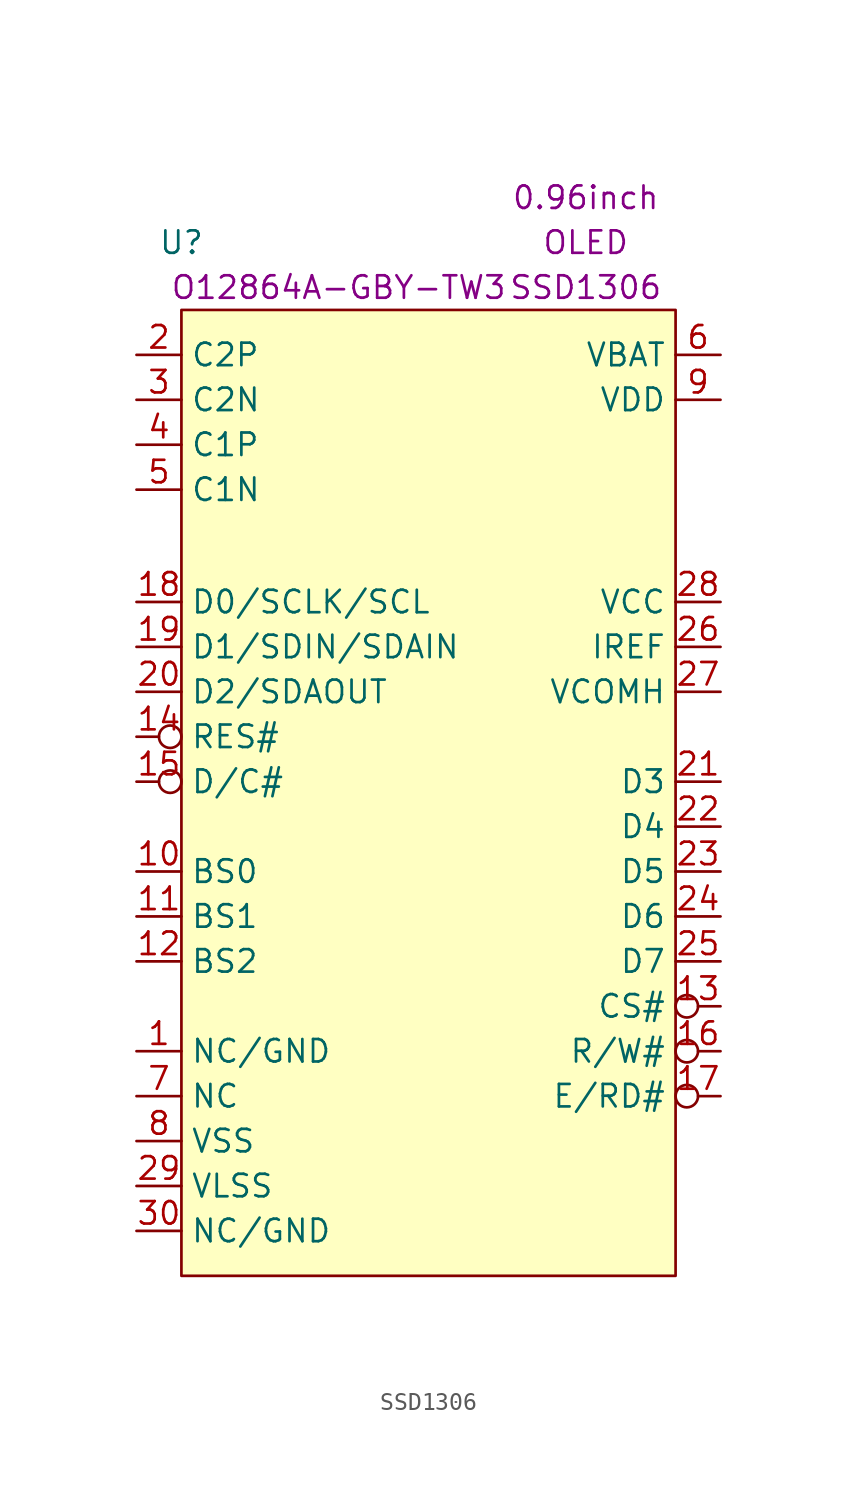
<source format=kicad_sym>
(kicad_symbol_lib
  (version 20211014)
  (generator kicad_symbol_editor)
  (symbol "SSD1306"
    (property "Reference" "U"
      (at 2.54 6.35 0)
      (effects (font (size 1.27 1.27))))
    (property "P/N" "O12864A-GBY-TW3"
      (at 11.43 3.81 0)
      (effects (font (size 1.27 1.27))))
    (property "Type" "OLED"
      (at 25.4 6.35 0)
      (effects (font (size 1.27 1.27))))
    (property "Diagnol Size" "0.96inch"
      (at 25.4 8.89 0)
      (effects (font (size 1.27 1.27))))
    (property "Driver" "SSD1306"
      (at 25.4 3.81 0)
      (effects (font (size 1.27 1.27))))
    (symbol "SSD1306_0_0"
      (pin passive line (at 0 -39.37 0) (length 2.54) (name "NC/GND" (effects (font (size 1.27 1.27)))) (number "1" (effects (font (size 1.27 1.27)))))
      (pin passive line (at 0 -29.21 0) (length 2.54) (name "BS0" (effects (font (size 1.27 1.27)))) (number "10" (effects (font (size 1.27 1.27)))))
      (pin passive line (at 0 -31.75 0) (length 2.54) (name "BS1" (effects (font (size 1.27 1.27)))) (number "11" (effects (font (size 1.27 1.27)))))
      (pin passive line (at 0 -34.29 0) (length 2.54) (name "BS2" (effects (font (size 1.27 1.27)))) (number "12" (effects (font (size 1.27 1.27)))))
      (pin passive inverted (at 33.02 -36.83 180) (length 2.54) (name "CS#" (effects (font (size 1.27 1.27)))) (number "13" (effects (font (size 1.27 1.27)))))
      (pin passive inverted (at 0 -21.59 0) (length 2.54) (name "RES#" (effects (font (size 1.27 1.27)))) (number "14" (effects (font (size 1.27 1.27)))))
      (pin passive inverted (at 0 -24.13 0) (length 2.54) (name "D/C#" (effects (font (size 1.27 1.27)))) (number "15" (effects (font (size 1.27 1.27)))))
      (pin passive inverted (at 33.02 -39.37 180) (length 2.54) (name "R/W#" (effects (font (size 1.27 1.27)))) (number "16" (effects (font (size 1.27 1.27)))))
      (pin passive inverted (at 33.02 -41.91 180) (length 2.54) (name "E/RD#" (effects (font (size 1.27 1.27)))) (number "17" (effects (font (size 1.27 1.27)))))
      (pin passive line (at 0 -13.97 0) (length 2.54) (name "D0/SCLK/SCL" (effects (font (size 1.27 1.27)))) (number "18" (effects (font (size 1.27 1.27)))))
      (pin passive line (at 0 -16.51 0) (length 2.54) (name "D1/SDIN/SDAIN" (effects (font (size 1.27 1.27)))) (number "19" (effects (font (size 1.27 1.27)))))
      (pin passive line (at 0 0 0) (length 2.54) (name "C2P" (effects (font (size 1.27 1.27)))) (number "2" (effects (font (size 1.27 1.27)))))
      (pin passive line (at 0 -19.05 0) (length 2.54) (name "D2/SDAOUT" (effects (font (size 1.27 1.27)))) (number "20" (effects (font (size 1.27 1.27)))))
      (pin passive line (at 33.02 -24.13 180) (length 2.54) (name "D3" (effects (font (size 1.27 1.27)))) (number "21" (effects (font (size 1.27 1.27)))))
      (pin passive line (at 33.02 -26.67 180) (length 2.54) (name "D4" (effects (font (size 1.27 1.27)))) (number "22" (effects (font (size 1.27 1.27)))))
      (pin passive line (at 33.02 -29.21 180) (length 2.54) (name "D5" (effects (font (size 1.27 1.27)))) (number "23" (effects (font (size 1.27 1.27)))))
      (pin passive line (at 33.02 -31.75 180) (length 2.54) (name "D6" (effects (font (size 1.27 1.27)))) (number "24" (effects (font (size 1.27 1.27)))))
      (pin passive line (at 33.02 -34.29 180) (length 2.54) (name "D7" (effects (font (size 1.27 1.27)))) (number "25" (effects (font (size 1.27 1.27)))))
      (pin passive line (at 33.02 -16.51 180) (length 2.54) (name "IREF" (effects (font (size 1.27 1.27)))) (number "26" (effects (font (size 1.27 1.27)))))
      (pin passive line (at 33.02 -19.05 180) (length 2.54) (name "VCOMH" (effects (font (size 1.27 1.27)))) (number "27" (effects (font (size 1.27 1.27)))))
      (pin passive line (at 33.02 -13.97 180) (length 2.54) (name "VCC" (effects (font (size 1.27 1.27)))) (number "28" (effects (font (size 1.27 1.27)))))
      (pin power_in line (at 0 -46.99 0) (length 2.54) (name "VLSS" (effects (font (size 1.27 1.27)))) (number "29" (effects (font (size 1.27 1.27)))))
      (pin passive line (at 0 -2.54 0) (length 2.54) (name "C2N" (effects (font (size 1.27 1.27)))) (number "3" (effects (font (size 1.27 1.27)))))
      (pin passive line (at 0 -49.53 0) (length 2.54) (name "NC/GND" (effects (font (size 1.27 1.27)))) (number "30" (effects (font (size 1.27 1.27)))))
      (pin passive line (at 0 -5.08 0) (length 2.54) (name "C1P" (effects (font (size 1.27 1.27)))) (number "4" (effects (font (size 1.27 1.27)))))
      (pin passive line (at 0 -7.62 0) (length 2.54) (name "C1N" (effects (font (size 1.27 1.27)))) (number "5" (effects (font (size 1.27 1.27)))))
      (pin power_in line (at 33.02 0 180) (length 2.54) (name "VBAT" (effects (font (size 1.27 1.27)))) (number "6" (effects (font (size 1.27 1.27)))))
      (pin passive line (at 0 -41.91 0) (length 2.54) (name "NC" (effects (font (size 1.27 1.27)))) (number "7" (effects (font (size 1.27 1.27)))))
      (pin power_in line (at 0 -44.45 0) (length 2.54) (name "VSS" (effects (font (size 1.27 1.27)))) (number "8" (effects (font (size 1.27 1.27)))))
      (pin power_in line (at 33.02 -2.54 180) (length 2.54) (name "VDD" (effects (font (size 1.27 1.27)))) (number "9" (effects (font (size 1.27 1.27))))))
    (symbol "SSD1306_0_1"
      (rectangle (start 2.54 -52.07) (end 30.48 2.54) (stroke (width 0) (type default) (color 0 0 0 0)) (fill (type background))))))
</source>
